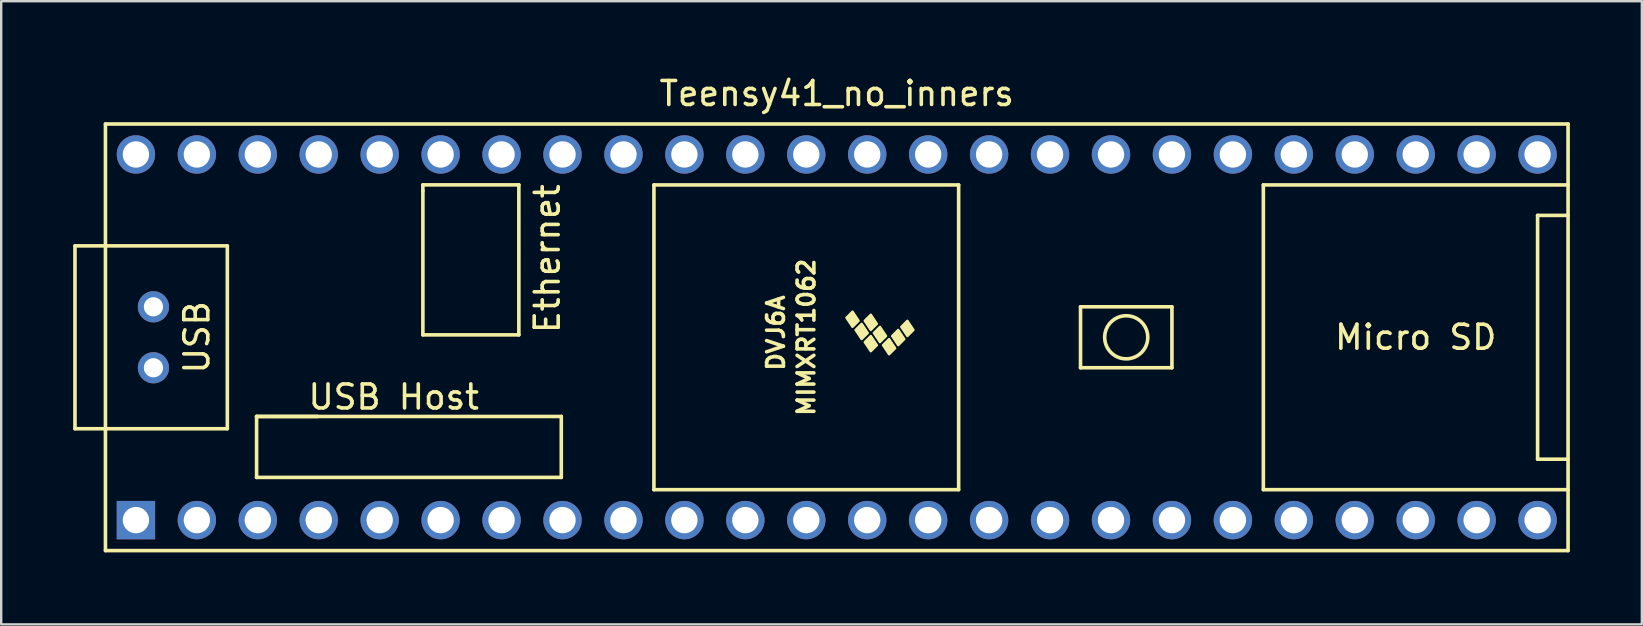
<source format=kicad_pcb>
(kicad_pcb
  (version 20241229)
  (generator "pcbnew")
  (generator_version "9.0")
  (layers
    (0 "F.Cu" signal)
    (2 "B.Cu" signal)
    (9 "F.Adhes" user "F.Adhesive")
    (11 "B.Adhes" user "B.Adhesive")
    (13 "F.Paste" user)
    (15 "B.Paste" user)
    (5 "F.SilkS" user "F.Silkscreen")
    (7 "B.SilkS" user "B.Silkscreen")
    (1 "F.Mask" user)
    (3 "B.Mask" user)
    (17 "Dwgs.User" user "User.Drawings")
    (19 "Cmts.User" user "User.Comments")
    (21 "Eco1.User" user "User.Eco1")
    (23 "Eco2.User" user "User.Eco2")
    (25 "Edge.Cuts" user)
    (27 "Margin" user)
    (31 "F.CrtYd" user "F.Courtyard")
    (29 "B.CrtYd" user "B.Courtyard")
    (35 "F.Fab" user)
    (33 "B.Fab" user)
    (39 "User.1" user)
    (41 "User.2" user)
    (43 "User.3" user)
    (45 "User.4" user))
  (footprint "Teensy41_no_inners"
    (layer "F.Cu")
    (at 31.825 11.008)
    (property "Reference" "Teensy41_no_inners" (at 0 -10.16 0) (layer "F.SilkS") (effects (font (size 1 1) (thickness 0.15))))
    (attr through_hole)
    (fp_line (start -31.75 -3.81) (end -30.48 -3.81) (stroke (width 0.15) (type solid)) (layer "F.SilkS"))
    (fp_line (start -31.75 3.81) (end -31.75 -3.81) (stroke (width 0.15) (type solid)) (layer "F.SilkS"))
    (fp_line (start -30.48 -8.89) (end 30.48 -8.89) (stroke (width 0.15) (type solid)) (layer "F.SilkS"))
    (fp_line (start -30.48 3.81) (end -31.75 3.81) (stroke (width 0.15) (type solid)) (layer "F.SilkS"))
    (fp_line (start -30.48 8.89) (end -30.48 -8.89) (stroke (width 0.15) (type solid)) (layer "F.SilkS"))
    (fp_line (start -25.4 -3.81) (end -30.48 -3.81) (stroke (width 0.15) (type solid)) (layer "F.SilkS"))
    (fp_line (start -25.4 3.81) (end -30.48 3.81) (stroke (width 0.15) (type solid)) (layer "F.SilkS"))
    (fp_line (start -25.4 3.81) (end -25.4 -3.81) (stroke (width 0.15) (type solid)) (layer "F.SilkS"))
    (fp_line (start -24.181 3.299) (end -21.641 3.299) (stroke (width 0.15) (type solid)) (layer "F.SilkS"))
    (fp_line (start -24.181 3.299) (end -11.481 3.299) (stroke (width 0.15) (type solid)) (layer "F.SilkS"))
    (fp_line (start -24.181 5.839) (end -24.181 3.299) (stroke (width 0.15) (type solid)) (layer "F.SilkS"))
    (fp_line (start -17.25 -6.352) (end -17.25 -6.102) (stroke (width 0.15) (type solid)) (layer "F.SilkS"))
    (fp_line (start -17.25 -6.102) (end -17.25 -0.102) (stroke (width 0.15) (type solid)) (layer "F.SilkS"))
    (fp_line (start -17.25 -0.102) (end -13.25 -0.102) (stroke (width 0.15) (type solid)) (layer "F.SilkS"))
    (fp_line (start -13.25 -6.352) (end -17.25 -6.352) (stroke (width 0.15) (type solid)) (layer "F.SilkS"))
    (fp_line (start -13.25 -0.102) (end -13.25 -6.352) (stroke (width 0.15) (type solid)) (layer "F.SilkS"))
    (fp_line (start -11.481 3.299) (end -11.481 5.839) (stroke (width 0.15) (type solid)) (layer "F.SilkS"))
    (fp_line (start -11.481 5.839) (end -24.181 5.839) (stroke (width 0.15) (type solid)) (layer "F.SilkS"))
    (fp_line (start -7.62 -6.35) (end -7.62 6.35) (stroke (width 0.15) (type solid)) (layer "F.SilkS"))
    (fp_line (start -7.62 6.35) (end 5.08 6.35) (stroke (width 0.15) (type solid)) (layer "F.SilkS"))
    (fp_line (start 5.08 -6.35) (end -7.62 -6.35) (stroke (width 0.15) (type solid)) (layer "F.SilkS"))
    (fp_line (start 5.08 6.35) (end 5.08 -6.35) (stroke (width 0.15) (type solid)) (layer "F.SilkS"))
    (fp_line (start 10.16 -1.27) (end 13.97 -1.27) (stroke (width 0.15) (type solid)) (layer "F.SilkS"))
    (fp_line (start 10.16 1.27) (end 10.16 -1.27) (stroke (width 0.15) (type solid)) (layer "F.SilkS"))
    (fp_line (start 13.97 -1.27) (end 13.97 1.27) (stroke (width 0.15) (type solid)) (layer "F.SilkS"))
    (fp_line (start 13.97 1.27) (end 10.16 1.27) (stroke (width 0.15) (type solid)) (layer "F.SilkS"))
    (fp_line (start 17.78 -6.35) (end 17.78 6.35) (stroke (width 0.15) (type solid)) (layer "F.SilkS"))
    (fp_line (start 17.78 6.35) (end 30.48 6.35) (stroke (width 0.15) (type solid)) (layer "F.SilkS"))
    (fp_line (start 29.21 -5.08) (end 29.21 5.08) (stroke (width 0.15) (type solid)) (layer "F.SilkS"))
    (fp_line (start 29.21 5.08) (end 30.48 5.08) (stroke (width 0.15) (type solid)) (layer "F.SilkS"))
    (fp_line (start 30.48 -8.89) (end 30.48 8.89) (stroke (width 0.15) (type solid)) (layer "F.SilkS"))
    (fp_line (start 30.48 -6.35) (end 17.78 -6.35) (stroke (width 0.15) (type solid)) (layer "F.SilkS"))
    (fp_line (start 30.48 -5.08) (end 29.21 -5.08) (stroke (width 0.15) (type solid)) (layer "F.SilkS"))
    (fp_line (start 30.48 8.89) (end -30.48 8.89) (stroke (width 0.15) (type solid)) (layer "F.SilkS"))
    (fp_circle (center 12.065 0) (end 12.7 -0.635) (stroke (width 0.15) (type solid)) (fill no) (layer "F.SilkS"))
    (fp_poly (pts (xy 0.911 -0.688) (xy 0.657 -0.434) (xy 0.403 -0.815) (xy 0.657 -1.069)) (stroke (width 0.1) (type solid)) (fill yes) (layer "F.SilkS"))
    (fp_poly (pts (xy 1.292 -0.18) (xy 1.038 0.074) (xy 0.784 -0.307) (xy 1.038 -0.561)) (stroke (width 0.1) (type solid)) (fill yes) (layer "F.SilkS"))
    (fp_poly (pts (xy 1.673 -0.561) (xy 1.419 -0.307) (xy 1.165 -0.688) (xy 1.419 -0.942)) (stroke (width 0.1) (type solid)) (fill yes) (layer "F.SilkS"))
    (fp_poly (pts (xy 1.673 0.328) (xy 1.419 0.582) (xy 1.165 0.201) (xy 1.419 -0.053)) (stroke (width 0.1) (type solid)) (fill yes) (layer "F.SilkS"))
    (fp_poly (pts (xy 2.054 -0.053) (xy 1.8 0.201) (xy 1.546 -0.18) (xy 1.8 -0.434)) (stroke (width 0.1) (type solid)) (fill yes) (layer "F.SilkS"))
    (fp_poly (pts (xy 2.435 0.455) (xy 2.181 0.709) (xy 1.927 0.328) (xy 2.181 0.074)) (stroke (width 0.1) (type solid)) (fill yes) (layer "F.SilkS"))
    (fp_poly (pts (xy 2.816 0.074) (xy 2.562 0.328) (xy 2.308 -0.053) (xy 2.562 -0.307)) (stroke (width 0.1) (type solid)) (fill yes) (layer "F.SilkS"))
    (fp_poly (pts (xy 3.197 -0.307) (xy 2.943 -0.053) (xy 2.689 -0.434) (xy 2.943 -0.688)) (stroke (width 0.1) (type solid)) (fill yes) (layer "F.SilkS"))
    (fp_text user "MIMXRT1062" (at -1.27 0 270) (layer "F.SilkS") (effects (font (size 0.7 0.7) (thickness 0.15))))
    (fp_text user "Micro SD" (at 24.13 0 0) (layer "F.SilkS") (effects (font (size 1 1) (thickness 0.15))))
    (fp_text user "Ethernet" (at -12.065 -3.277 90) (layer "F.SilkS") (effects (font (size 1 1) (thickness 0.15))))
    (fp_text user "USB" (at -26.67 0 270) (layer "F.SilkS") (effects (font (size 1 1) (thickness 0.15))))
    (fp_text user "DVJ6A" (at -2.54 -0.18 270) (layer "F.SilkS") (effects (font (size 0.7 0.7) (thickness 0.15))))
    (fp_text user "USB Host" (at -18.466 2.489 0) (layer "F.SilkS") (effects (font (size 1 1) (thickness 0.15))))
    (pad "1" thru_hole rect (at -29.21 7.62) (size 1.6 1.6) (drill 1.1) (layers "*.Cu" "*.Mask"))
    (pad "2" thru_hole circle (at -26.67 7.62) (size 1.6 1.6) (drill 1.1) (layers "*.Cu" "*.Mask"))
    (pad "3" thru_hole circle (at -24.13 7.62) (size 1.6 1.6) (drill 1.1) (layers "*.Cu" "*.Mask"))
    (pad "4" thru_hole circle (at -21.59 7.62) (size 1.6 1.6) (drill 1.1) (layers "*.Cu" "*.Mask"))
    (pad "5" thru_hole circle (at -19.05 7.62) (size 1.6 1.6) (drill 1.1) (layers "*.Cu" "*.Mask"))
    (pad "6" thru_hole circle (at -16.51 7.62) (size 1.6 1.6) (drill 1.1) (layers "*.Cu" "*.Mask"))
    (pad "7" thru_hole circle (at -13.97 7.62) (size 1.6 1.6) (drill 1.1) (layers "*.Cu" "*.Mask"))
    (pad "8" thru_hole circle (at -11.43 7.62) (size 1.6 1.6) (drill 1.1) (layers "*.Cu" "*.Mask"))
    (pad "9" thru_hole circle (at -8.89 7.62) (size 1.6 1.6) (drill 1.1) (layers "*.Cu" "*.Mask"))
    (pad "10" thru_hole circle (at -6.35 7.62) (size 1.6 1.6) (drill 1.1) (layers "*.Cu" "*.Mask"))
    (pad "11" thru_hole circle (at -3.81 7.62) (size 1.6 1.6) (drill 1.1) (layers "*.Cu" "*.Mask"))
    (pad "12" thru_hole circle (at -1.27 7.62) (size 1.6 1.6) (drill 1.1) (layers "*.Cu" "*.Mask"))
    (pad "13" thru_hole circle (at 1.27 7.62) (size 1.6 1.6) (drill 1.1) (layers "*.Cu" "*.Mask"))
    (pad "14" thru_hole circle (at 3.81 7.62) (size 1.6 1.6) (drill 1.1) (layers "*.Cu" "*.Mask"))
    (pad "15" thru_hole circle (at 6.35 7.62) (size 1.6 1.6) (drill 1.1) (layers "*.Cu" "*.Mask"))
    (pad "16" thru_hole circle (at 8.89 7.62) (size 1.6 1.6) (drill 1.1) (layers "*.Cu" "*.Mask"))
    (pad "17" thru_hole circle (at 11.43 7.62) (size 1.6 1.6) (drill 1.1) (layers "*.Cu" "*.Mask"))
    (pad "18" thru_hole circle (at 13.97 7.62) (size 1.6 1.6) (drill 1.1) (layers "*.Cu" "*.Mask"))
    (pad "19" thru_hole circle (at 16.51 7.62) (size 1.6 1.6) (drill 1.1) (layers "*.Cu" "*.Mask"))
    (pad "20" thru_hole circle (at 19.05 7.62) (size 1.6 1.6) (drill 1.1) (layers "*.Cu" "*.Mask"))
    (pad "21" thru_hole circle (at 21.59 7.62) (size 1.6 1.6) (drill 1.1) (layers "*.Cu" "*.Mask"))
    (pad "22" thru_hole circle (at 24.13 7.62) (size 1.6 1.6) (drill 1.1) (layers "*.Cu" "*.Mask"))
    (pad "23" thru_hole circle (at 26.67 7.62) (size 1.6 1.6) (drill 1.1) (layers "*.Cu" "*.Mask"))
    (pad "24" thru_hole circle (at 29.21 7.62) (size 1.6 1.6) (drill 1.1) (layers "*.Cu" "*.Mask"))
    (pad "25" thru_hole circle (at 29.21 -7.62) (size 1.6 1.6) (drill 1.1) (layers "*.Cu" "*.Mask"))
    (pad "26" thru_hole circle (at 26.67 -7.62) (size 1.6 1.6) (drill 1.1) (layers "*.Cu" "*.Mask"))
    (pad "27" thru_hole circle (at 24.13 -7.62) (size 1.6 1.6) (drill 1.1) (layers "*.Cu" "*.Mask"))
    (pad "28" thru_hole circle (at 21.59 -7.62) (size 1.6 1.6) (drill 1.1) (layers "*.Cu" "*.Mask"))
    (pad "29" thru_hole circle (at 19.05 -7.62) (size 1.6 1.6) (drill 1.1) (layers "*.Cu" "*.Mask"))
    (pad "30" thru_hole circle (at 16.51 -7.62) (size 1.6 1.6) (drill 1.1) (layers "*.Cu" "*.Mask"))
    (pad "31" thru_hole circle (at 13.97 -7.62) (size 1.6 1.6) (drill 1.1) (layers "*.Cu" "*.Mask"))
    (pad "32" thru_hole circle (at 11.43 -7.62) (size 1.6 1.6) (drill 1.1) (layers "*.Cu" "*.Mask"))
    (pad "33" thru_hole circle (at 8.89 -7.62) (size 1.6 1.6) (drill 1.1) (layers "*.Cu" "*.Mask"))
    (pad "34" thru_hole circle (at 6.35 -7.62) (size 1.6 1.6) (drill 1.1) (layers "*.Cu" "*.Mask"))
    (pad "35" thru_hole circle (at 3.81 -7.62) (size 1.6 1.6) (drill 1.1) (layers "*.Cu" "*.Mask"))
    (pad "36" thru_hole circle (at 1.27 -7.62) (size 1.6 1.6) (drill 1.1) (layers "*.Cu" "*.Mask"))
    (pad "37" thru_hole circle (at -1.27 -7.62) (size 1.6 1.6) (drill 1.1) (layers "*.Cu" "*.Mask"))
    (pad "38" thru_hole circle (at -3.81 -7.62) (size 1.6 1.6) (drill 1.1) (layers "*.Cu" "*.Mask"))
    (pad "39" thru_hole circle (at -6.35 -7.62) (size 1.6 1.6) (drill 1.1) (layers "*.Cu" "*.Mask"))
    (pad "40" thru_hole circle (at -8.89 -7.62) (size 1.6 1.6) (drill 1.1) (layers "*.Cu" "*.Mask"))
    (pad "41" thru_hole circle (at -11.43 -7.62) (size 1.6 1.6) (drill 1.1) (layers "*.Cu" "*.Mask"))
    (pad "42" thru_hole circle (at -13.97 -7.62) (size 1.6 1.6) (drill 1.1) (layers "*.Cu" "*.Mask"))
    (pad "43" thru_hole circle (at -16.51 -7.62) (size 1.6 1.6) (drill 1.1) (layers "*.Cu" "*.Mask"))
    (pad "44" thru_hole circle (at -19.05 -7.62) (size 1.6 1.6) (drill 1.1) (layers "*.Cu" "*.Mask"))
    (pad "45" thru_hole circle (at -21.59 -7.62) (size 1.6 1.6) (drill 1.1) (layers "*.Cu" "*.Mask"))
    (pad "46" thru_hole circle (at -24.13 -7.62) (size 1.6 1.6) (drill 1.1) (layers "*.Cu" "*.Mask"))
    (pad "47" thru_hole circle (at -26.67 -7.62) (size 1.6 1.6) (drill 1.1) (layers "*.Cu" "*.Mask"))
    (pad "48" thru_hole circle (at -29.21 -7.62) (size 1.6 1.6) (drill 1.1) (layers "*.Cu" "*.Mask"))
    (pad "66" thru_hole circle (at -28.48 1.27) (size 1.3 1.3) (drill 0.8) (layers "*.Cu" "*.Mask"))
    (pad "67" thru_hole circle (at -28.48 -1.27) (size 1.3 1.3) (drill 0.8) (layers "*.Cu" "*.Mask")))
  (gr_rect
    (start -3 -3)
    (end 65.38 22.973)
    (stroke (width 0.1) (type default))
    (fill no)
    (layer "Edge.Cuts")))
</source>
